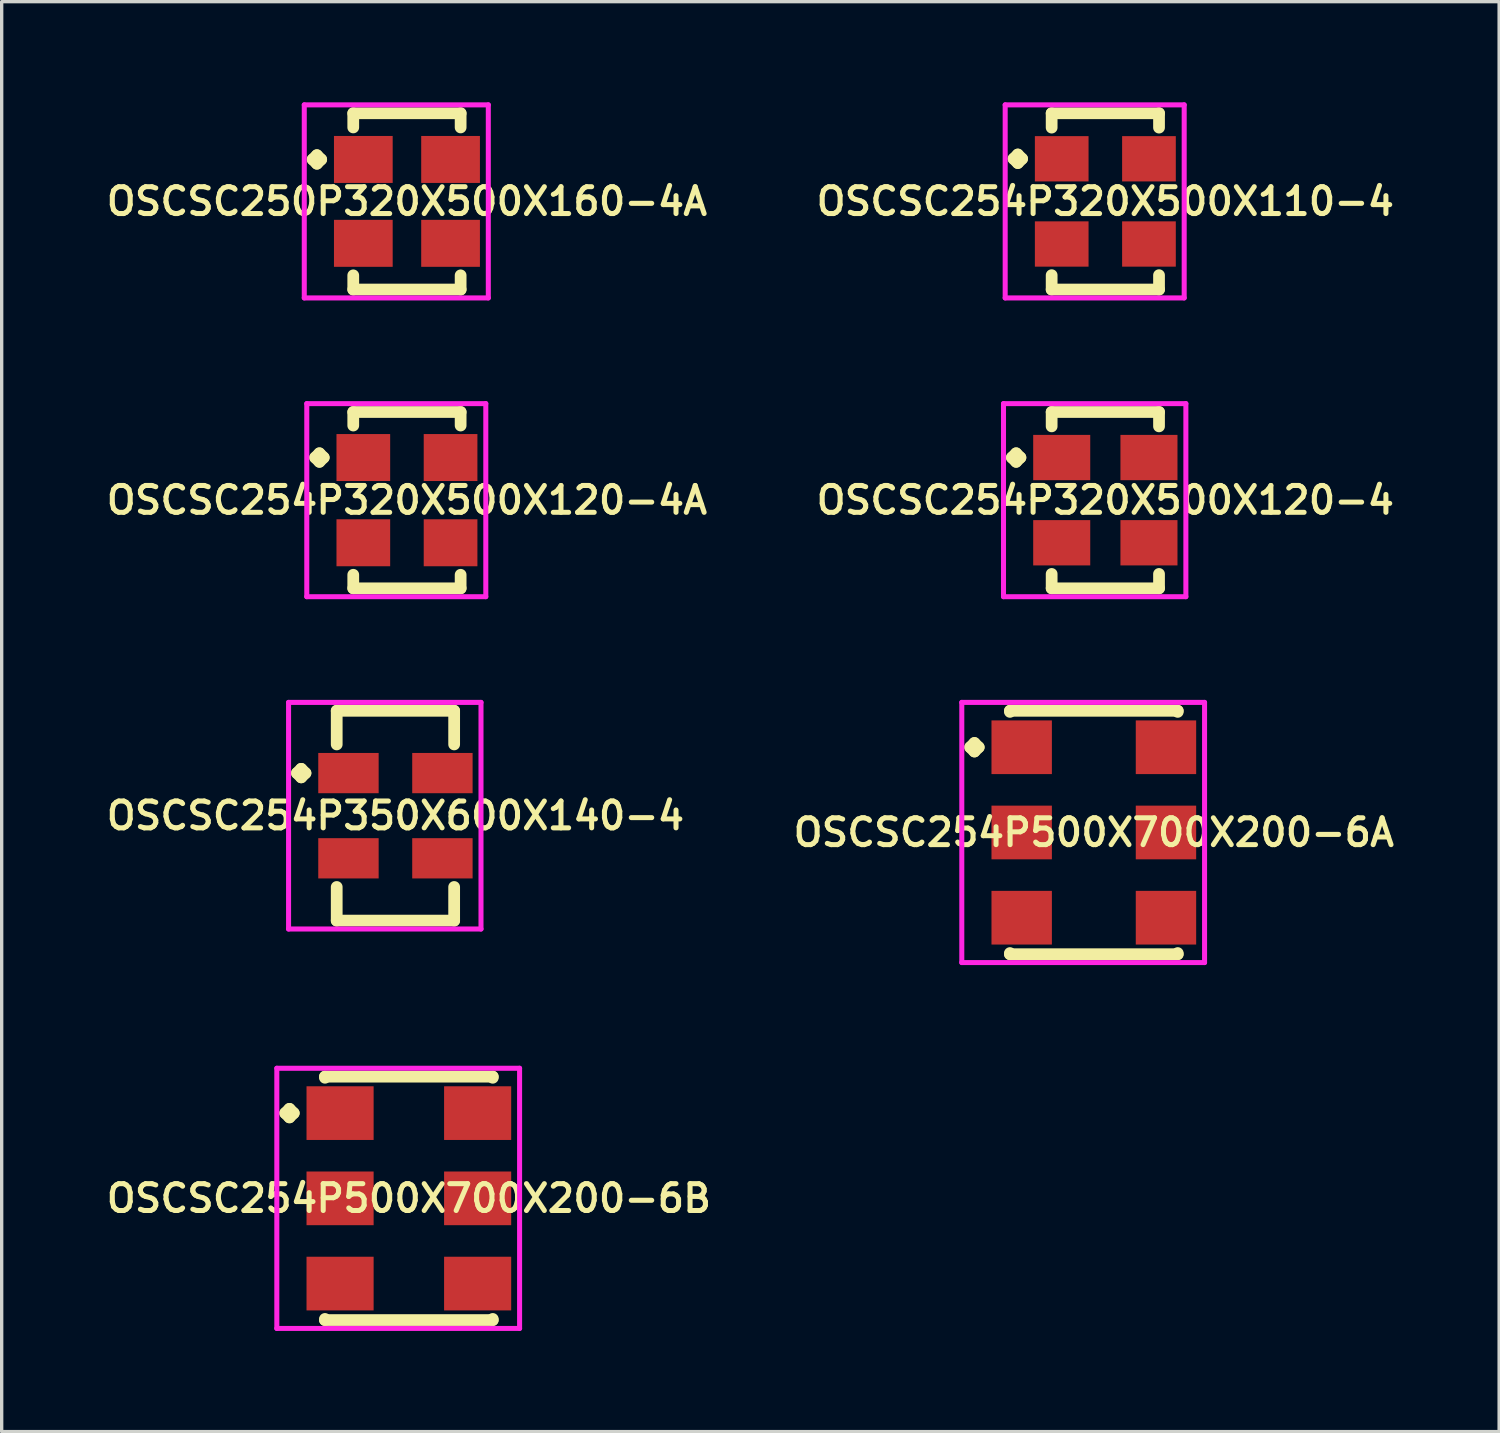
<source format=kicad_pcb>
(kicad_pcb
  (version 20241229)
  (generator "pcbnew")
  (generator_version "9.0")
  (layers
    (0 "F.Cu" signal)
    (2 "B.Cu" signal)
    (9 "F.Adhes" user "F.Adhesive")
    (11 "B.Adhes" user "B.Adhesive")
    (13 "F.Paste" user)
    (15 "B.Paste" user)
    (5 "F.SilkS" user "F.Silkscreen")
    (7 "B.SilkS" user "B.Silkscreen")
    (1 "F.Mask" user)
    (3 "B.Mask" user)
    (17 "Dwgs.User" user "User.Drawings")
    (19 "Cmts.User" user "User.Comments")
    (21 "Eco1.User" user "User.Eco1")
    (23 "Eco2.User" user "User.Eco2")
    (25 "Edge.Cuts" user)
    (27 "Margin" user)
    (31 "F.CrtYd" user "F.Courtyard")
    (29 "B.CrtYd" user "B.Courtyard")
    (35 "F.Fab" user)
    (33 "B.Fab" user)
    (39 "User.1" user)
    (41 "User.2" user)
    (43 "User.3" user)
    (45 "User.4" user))
  (footprint "OSCSC254P500X700X200-6B"
    (layer "F.Cu")
    (at 9.135 32.664)
    (property "Reference" "OSCSC254P500X700X200-6B" (at 0 0 0) (layer "F.SilkS") (effects (font (size 0.8 0.8) (thickness 0.15))))
    (attr smd)
    (fp_line (start -3.685 -2.54) (end -3.558 -2.667) (stroke (width 0.35) (type solid)) (layer "F.SilkS"))
    (fp_line (start -3.558 -2.667) (end -3.431 -2.54) (stroke (width 0.35) (type solid)) (layer "F.SilkS"))
    (fp_line (start -3.558 -2.413) (end -3.685 -2.54) (stroke (width 0.35) (type solid)) (layer "F.SilkS"))
    (fp_line (start -3.431 -2.54) (end -3.558 -2.413) (stroke (width 0.35) (type solid)) (layer "F.SilkS"))
    (fp_line (start -2.5 -3.627) (end 2.5 -3.627) (stroke (width 0.35) (type solid)) (layer "F.SilkS"))
    (fp_line (start -2.5 -3.594) (end -2.5 -3.627) (stroke (width 0.35) (type solid)) (layer "F.SilkS"))
    (fp_line (start -2.5 3.594) (end -2.5 3.627) (stroke (width 0.35) (type solid)) (layer "F.SilkS"))
    (fp_line (start -2.5 3.627) (end 2.5 3.627) (stroke (width 0.35) (type solid)) (layer "F.SilkS"))
    (fp_line (start 2.5 -3.627) (end 2.5 -3.594) (stroke (width 0.35) (type solid)) (layer "F.SilkS"))
    (fp_line (start 2.5 3.627) (end 2.5 3.594) (stroke (width 0.35) (type solid)) (layer "F.SilkS"))
    (fp_line (start -3.935 -3.877) (end 3.3 -3.877) (stroke (width 0.15) (type solid)) (layer "F.CrtYd"))
    (fp_line (start -3.935 3.877) (end -3.935 -3.877) (stroke (width 0.15) (type solid)) (layer "F.CrtYd"))
    (fp_line (start 3.3 -3.877) (end 3.3 3.877) (stroke (width 0.15) (type solid)) (layer "F.CrtYd"))
    (fp_line (start 3.3 3.877) (end -3.935 3.877) (stroke (width 0.15) (type solid)) (layer "F.CrtYd"))
    (pad "1" smd rect (at -2.05 -2.54) (size 2 1.6) (layers "F.Cu" "F.Mask" "F.Paste"))
    (pad "2" smd rect (at -2.05 0) (size 2 1.6) (layers "F.Cu" "F.Mask" "F.Paste"))
    (pad "3" smd rect (at -2.05 2.54) (size 2 1.6) (layers "F.Cu" "F.Mask" "F.Paste"))
    (pad "4" smd rect (at 2.05 2.54) (size 2 1.6) (layers "F.Cu" "F.Mask" "F.Paste"))
    (pad "5" smd rect (at 2.05 0) (size 2 1.6) (layers "F.Cu" "F.Mask" "F.Paste"))
    (pad "6" smd rect (at 2.05 -2.54) (size 2 1.6) (layers "F.Cu" "F.Mask" "F.Paste")))
  (footprint "OSCSC254P320X500X110-4"
    (layer "F.Cu")
    (at 29.892 2.952)
    (property "Reference" "OSCSC254P320X500X110-4" (at 0 0 0) (layer "F.SilkS") (effects (font (size 0.8 0.8) (thickness 0.15))))
    (attr smd)
    (fp_line (start -2.735 -1.27) (end -2.608 -1.397) (stroke (width 0.35) (type solid)) (layer "F.SilkS"))
    (fp_line (start -2.608 -1.397) (end -2.481 -1.27) (stroke (width 0.35) (type solid)) (layer "F.SilkS"))
    (fp_line (start -2.608 -1.143) (end -2.735 -1.27) (stroke (width 0.35) (type solid)) (layer "F.SilkS"))
    (fp_line (start -2.481 -1.27) (end -2.608 -1.143) (stroke (width 0.35) (type solid)) (layer "F.SilkS"))
    (fp_line (start -1.6 -2.627) (end 1.6 -2.627) (stroke (width 0.35) (type solid)) (layer "F.SilkS"))
    (fp_line (start -1.6 -2.199) (end -1.6 -2.627) (stroke (width 0.35) (type solid)) (layer "F.SilkS"))
    (fp_line (start -1.6 2.199) (end -1.6 2.627) (stroke (width 0.35) (type solid)) (layer "F.SilkS"))
    (fp_line (start -1.6 2.627) (end 1.6 2.627) (stroke (width 0.35) (type solid)) (layer "F.SilkS"))
    (fp_line (start 1.6 -2.627) (end 1.6 -2.199) (stroke (width 0.35) (type solid)) (layer "F.SilkS"))
    (fp_line (start 1.6 2.627) (end 1.6 2.199) (stroke (width 0.35) (type solid)) (layer "F.SilkS"))
    (fp_line (start -2.985 -2.877) (end 2.35 -2.877) (stroke (width 0.15) (type solid)) (layer "F.CrtYd"))
    (fp_line (start -2.985 2.877) (end -2.985 -2.877) (stroke (width 0.15) (type solid)) (layer "F.CrtYd"))
    (fp_line (start 2.35 -2.877) (end 2.35 2.877) (stroke (width 0.15) (type solid)) (layer "F.CrtYd"))
    (fp_line (start 2.35 2.877) (end -2.985 2.877) (stroke (width 0.15) (type solid)) (layer "F.CrtYd"))
    (pad "1" smd rect (at -1.3 -1.27) (size 1.6 1.35) (layers "F.Cu" "F.Mask" "F.Paste"))
    (pad "2" smd rect (at -1.3 1.27) (size 1.6 1.35) (layers "F.Cu" "F.Mask" "F.Paste"))
    (pad "3" smd rect (at 1.3 1.27) (size 1.6 1.35) (layers "F.Cu" "F.Mask" "F.Paste"))
    (pad "4" smd rect (at 1.3 -1.27) (size 1.6 1.35) (layers "F.Cu" "F.Mask" "F.Paste")))
  (footprint "OSCSC254P320X500X120-4A"
    (layer "F.Cu")
    (at 9.078 11.856)
    (property "Reference" "OSCSC254P320X500X120-4A" (at 0 0 0) (layer "F.SilkS") (effects (font (size 0.8 0.8) (thickness 0.15))))
    (attr smd)
    (fp_line (start -2.735 -1.27) (end -2.608 -1.397) (stroke (width 0.35) (type solid)) (layer "F.SilkS"))
    (fp_line (start -2.608 -1.397) (end -2.481 -1.27) (stroke (width 0.35) (type solid)) (layer "F.SilkS"))
    (fp_line (start -2.608 -1.143) (end -2.735 -1.27) (stroke (width 0.35) (type solid)) (layer "F.SilkS"))
    (fp_line (start -2.481 -1.27) (end -2.608 -1.143) (stroke (width 0.35) (type solid)) (layer "F.SilkS"))
    (fp_line (start -1.6 -2.627) (end 1.6 -2.627) (stroke (width 0.35) (type solid)) (layer "F.SilkS"))
    (fp_line (start -1.6 -2.224) (end -1.6 -2.627) (stroke (width 0.35) (type solid)) (layer "F.SilkS"))
    (fp_line (start -1.6 2.224) (end -1.6 2.627) (stroke (width 0.35) (type solid)) (layer "F.SilkS"))
    (fp_line (start -1.6 2.627) (end 1.6 2.627) (stroke (width 0.35) (type solid)) (layer "F.SilkS"))
    (fp_line (start 1.6 -2.627) (end 1.6 -2.224) (stroke (width 0.35) (type solid)) (layer "F.SilkS"))
    (fp_line (start 1.6 2.627) (end 1.6 2.224) (stroke (width 0.35) (type solid)) (layer "F.SilkS"))
    (fp_line (start -2.985 -2.877) (end 2.35 -2.877) (stroke (width 0.15) (type solid)) (layer "F.CrtYd"))
    (fp_line (start -2.985 2.877) (end -2.985 -2.877) (stroke (width 0.15) (type solid)) (layer "F.CrtYd"))
    (fp_line (start 2.35 -2.877) (end 2.35 2.877) (stroke (width 0.15) (type solid)) (layer "F.CrtYd"))
    (fp_line (start 2.35 2.877) (end -2.985 2.877) (stroke (width 0.15) (type solid)) (layer "F.CrtYd"))
    (pad "1" smd rect (at -1.3 -1.27) (size 1.6 1.4) (layers "F.Cu" "F.Mask" "F.Paste"))
    (pad "2" smd rect (at -1.3 1.27) (size 1.6 1.4) (layers "F.Cu" "F.Mask" "F.Paste"))
    (pad "3" smd rect (at 1.3 1.27) (size 1.6 1.4) (layers "F.Cu" "F.Mask" "F.Paste"))
    (pad "4" smd rect (at 1.3 -1.27) (size 1.6 1.4) (layers "F.Cu" "F.Mask" "F.Paste")))
  (footprint "OSCSC254P320X500X120-4"
    (layer "F.Cu")
    (at 29.892 11.856)
    (property "Reference" "OSCSC254P320X500X120-4" (at 0 0 0) (layer "F.SilkS") (effects (font (size 0.8 0.8) (thickness 0.15))))
    (attr smd)
    (fp_line (start -2.785 -1.27) (end -2.658 -1.397) (stroke (width 0.35) (type solid)) (layer "F.SilkS"))
    (fp_line (start -2.658 -1.397) (end -2.531 -1.27) (stroke (width 0.35) (type solid)) (layer "F.SilkS"))
    (fp_line (start -2.658 -1.143) (end -2.785 -1.27) (stroke (width 0.35) (type solid)) (layer "F.SilkS"))
    (fp_line (start -2.531 -1.27) (end -2.658 -1.143) (stroke (width 0.35) (type solid)) (layer "F.SilkS"))
    (fp_line (start -1.6 -2.627) (end 1.6 -2.627) (stroke (width 0.35) (type solid)) (layer "F.SilkS"))
    (fp_line (start -1.6 -2.199) (end -1.6 -2.627) (stroke (width 0.35) (type solid)) (layer "F.SilkS"))
    (fp_line (start -1.6 2.199) (end -1.6 2.627) (stroke (width 0.35) (type solid)) (layer "F.SilkS"))
    (fp_line (start -1.6 2.627) (end 1.6 2.627) (stroke (width 0.35) (type solid)) (layer "F.SilkS"))
    (fp_line (start 1.6 -2.627) (end 1.6 -2.199) (stroke (width 0.35) (type solid)) (layer "F.SilkS"))
    (fp_line (start 1.6 2.627) (end 1.6 2.199) (stroke (width 0.35) (type solid)) (layer "F.SilkS"))
    (fp_line (start -3.035 -2.877) (end 2.4 -2.877) (stroke (width 0.15) (type solid)) (layer "F.CrtYd"))
    (fp_line (start -3.035 2.877) (end -3.035 -2.877) (stroke (width 0.15) (type solid)) (layer "F.CrtYd"))
    (fp_line (start 2.4 -2.877) (end 2.4 2.877) (stroke (width 0.15) (type solid)) (layer "F.CrtYd"))
    (fp_line (start 2.4 2.877) (end -3.035 2.877) (stroke (width 0.15) (type solid)) (layer "F.CrtYd"))
    (pad "1" smd rect (at -1.3 -1.27) (size 1.7 1.35) (layers "F.Cu" "F.Mask" "F.Paste"))
    (pad "2" smd rect (at -1.3 1.27) (size 1.7 1.35) (layers "F.Cu" "F.Mask" "F.Paste"))
    (pad "3" smd rect (at 1.3 1.27) (size 1.7 1.35) (layers "F.Cu" "F.Mask" "F.Paste"))
    (pad "4" smd rect (at 1.3 -1.27) (size 1.7 1.35) (layers "F.Cu" "F.Mask" "F.Paste")))
  (footprint "OSCSC250P320X500X160-4A"
    (layer "F.Cu")
    (at 9.078 2.952)
    (property "Reference" "OSCSC250P320X500X160-4A" (at 0 0 0) (layer "F.SilkS") (effects (font (size 0.8 0.8) (thickness 0.15))))
    (attr smd)
    (fp_line (start -2.81 -1.25) (end -2.683 -1.377) (stroke (width 0.35) (type solid)) (layer "F.SilkS"))
    (fp_line (start -2.683 -1.377) (end -2.556 -1.25) (stroke (width 0.35) (type solid)) (layer "F.SilkS"))
    (fp_line (start -2.683 -1.123) (end -2.81 -1.25) (stroke (width 0.35) (type solid)) (layer "F.SilkS"))
    (fp_line (start -2.556 -1.25) (end -2.683 -1.123) (stroke (width 0.35) (type solid)) (layer "F.SilkS"))
    (fp_line (start -1.6 -2.627) (end 1.6 -2.627) (stroke (width 0.35) (type solid)) (layer "F.SilkS"))
    (fp_line (start -1.6 -2.204) (end -1.6 -2.627) (stroke (width 0.35) (type solid)) (layer "F.SilkS"))
    (fp_line (start -1.6 2.204) (end -1.6 2.627) (stroke (width 0.35) (type solid)) (layer "F.SilkS"))
    (fp_line (start -1.6 2.627) (end 1.6 2.627) (stroke (width 0.35) (type solid)) (layer "F.SilkS"))
    (fp_line (start 1.6 -2.627) (end 1.6 -2.204) (stroke (width 0.35) (type solid)) (layer "F.SilkS"))
    (fp_line (start 1.6 2.627) (end 1.6 2.204) (stroke (width 0.35) (type solid)) (layer "F.SilkS"))
    (fp_line (start -3.06 -2.877) (end 2.425 -2.877) (stroke (width 0.15) (type solid)) (layer "F.CrtYd"))
    (fp_line (start -3.06 2.877) (end -3.06 -2.877) (stroke (width 0.15) (type solid)) (layer "F.CrtYd"))
    (fp_line (start 2.425 -2.877) (end 2.425 2.877) (stroke (width 0.15) (type solid)) (layer "F.CrtYd"))
    (fp_line (start 2.425 2.877) (end -3.06 2.877) (stroke (width 0.15) (type solid)) (layer "F.CrtYd"))
    (pad "1" smd rect (at -1.3 -1.25) (size 1.75 1.4) (layers "F.Cu" "F.Mask" "F.Paste"))
    (pad "2" smd rect (at -1.3 1.25) (size 1.75 1.4) (layers "F.Cu" "F.Mask" "F.Paste"))
    (pad "3" smd rect (at 1.3 1.25) (size 1.75 1.4) (layers "F.Cu" "F.Mask" "F.Paste"))
    (pad "4" smd rect (at 1.3 -1.25) (size 1.75 1.4) (layers "F.Cu" "F.Mask" "F.Paste")))
  (footprint "OSCSC254P350X600X140-4"
    (layer "F.Cu")
    (at 8.735 21.26)
    (property "Reference" "OSCSC254P350X600X140-4" (at 0 0 0) (layer "F.SilkS") (effects (font (size 0.8 0.8) (thickness 0.15))))
    (attr smd)
    (fp_line (start -2.935 -1.27) (end -2.808 -1.397) (stroke (width 0.35) (type solid)) (layer "F.SilkS"))
    (fp_line (start -2.808 -1.397) (end -2.681 -1.27) (stroke (width 0.35) (type solid)) (layer "F.SilkS"))
    (fp_line (start -2.808 -1.143) (end -2.935 -1.27) (stroke (width 0.35) (type solid)) (layer "F.SilkS"))
    (fp_line (start -2.681 -1.27) (end -2.808 -1.143) (stroke (width 0.35) (type solid)) (layer "F.SilkS"))
    (fp_line (start -1.75 -3.127) (end 1.75 -3.127) (stroke (width 0.35) (type solid)) (layer "F.SilkS"))
    (fp_line (start -1.75 -2.124) (end -1.75 -3.127) (stroke (width 0.35) (type solid)) (layer "F.SilkS"))
    (fp_line (start -1.75 2.124) (end -1.75 3.127) (stroke (width 0.35) (type solid)) (layer "F.SilkS"))
    (fp_line (start -1.75 3.127) (end 1.75 3.127) (stroke (width 0.35) (type solid)) (layer "F.SilkS"))
    (fp_line (start 1.75 -3.127) (end 1.75 -2.124) (stroke (width 0.35) (type solid)) (layer "F.SilkS"))
    (fp_line (start 1.75 3.127) (end 1.75 2.124) (stroke (width 0.35) (type solid)) (layer "F.SilkS"))
    (fp_line (start -3.185 -3.377) (end 2.55 -3.377) (stroke (width 0.15) (type solid)) (layer "F.CrtYd"))
    (fp_line (start -3.185 3.377) (end -3.185 -3.377) (stroke (width 0.15) (type solid)) (layer "F.CrtYd"))
    (fp_line (start 2.55 -3.377) (end 2.55 3.377) (stroke (width 0.15) (type solid)) (layer "F.CrtYd"))
    (fp_line (start 2.55 3.377) (end -3.185 3.377) (stroke (width 0.15) (type solid)) (layer "F.CrtYd"))
    (pad "1" smd rect (at -1.4 -1.27) (size 1.8 1.2) (layers "F.Cu" "F.Mask" "F.Paste"))
    (pad "2" smd rect (at -1.4 1.27) (size 1.8 1.2) (layers "F.Cu" "F.Mask" "F.Paste"))
    (pad "3" smd rect (at 1.4 1.27) (size 1.8 1.2) (layers "F.Cu" "F.Mask" "F.Paste"))
    (pad "4" smd rect (at 1.4 -1.27) (size 1.8 1.2) (layers "F.Cu" "F.Mask" "F.Paste")))
  (footprint "OSCSC254P500X700X200-6A"
    (layer "F.Cu")
    (at 29.549 21.76)
    (property "Reference" "OSCSC254P500X700X200-6A" (at 0 0 0) (layer "F.SilkS") (effects (font (size 0.8 0.8) (thickness 0.15))))
    (attr smd)
    (fp_line (start -3.685 -2.54) (end -3.558 -2.667) (stroke (width 0.35) (type solid)) (layer "F.SilkS"))
    (fp_line (start -3.558 -2.667) (end -3.431 -2.54) (stroke (width 0.35) (type solid)) (layer "F.SilkS"))
    (fp_line (start -3.558 -2.413) (end -3.685 -2.54) (stroke (width 0.35) (type solid)) (layer "F.SilkS"))
    (fp_line (start -3.431 -2.54) (end -3.558 -2.413) (stroke (width 0.35) (type solid)) (layer "F.SilkS"))
    (fp_line (start -2.5 -3.627) (end 2.5 -3.627) (stroke (width 0.35) (type solid)) (layer "F.SilkS"))
    (fp_line (start -2.5 -3.594) (end -2.5 -3.627) (stroke (width 0.35) (type solid)) (layer "F.SilkS"))
    (fp_line (start -2.5 3.594) (end -2.5 3.627) (stroke (width 0.35) (type solid)) (layer "F.SilkS"))
    (fp_line (start -2.5 3.627) (end 2.5 3.627) (stroke (width 0.35) (type solid)) (layer "F.SilkS"))
    (fp_line (start 2.5 -3.627) (end 2.5 -3.594) (stroke (width 0.35) (type solid)) (layer "F.SilkS"))
    (fp_line (start 2.5 3.627) (end 2.5 3.594) (stroke (width 0.35) (type solid)) (layer "F.SilkS"))
    (fp_line (start -3.935 -3.877) (end 3.3 -3.877) (stroke (width 0.15) (type solid)) (layer "F.CrtYd"))
    (fp_line (start -3.935 3.877) (end -3.935 -3.877) (stroke (width 0.15) (type solid)) (layer "F.CrtYd"))
    (fp_line (start 3.3 -3.877) (end 3.3 3.877) (stroke (width 0.15) (type solid)) (layer "F.CrtYd"))
    (fp_line (start 3.3 3.877) (end -3.935 3.877) (stroke (width 0.15) (type solid)) (layer "F.CrtYd"))
    (pad "1" smd rect (at -2.15 -2.54) (size 1.8 1.6) (layers "F.Cu" "F.Mask" "F.Paste"))
    (pad "2" smd rect (at -2.15 0) (size 1.8 1.6) (layers "F.Cu" "F.Mask" "F.Paste"))
    (pad "3" smd rect (at -2.15 2.54) (size 1.8 1.6) (layers "F.Cu" "F.Mask" "F.Paste"))
    (pad "4" smd rect (at 2.15 2.54) (size 1.8 1.6) (layers "F.Cu" "F.Mask" "F.Paste"))
    (pad "5" smd rect (at 2.15 0) (size 1.8 1.6) (layers "F.Cu" "F.Mask" "F.Paste"))
    (pad "6" smd rect (at 2.15 -2.54) (size 1.8 1.6) (layers "F.Cu" "F.Mask" "F.Paste")))
  (gr_rect
    (start -3 -3)
    (end 41.628 39.616)
    (stroke (width 0.1) (type default))
    (fill no)
    (layer "Edge.Cuts")))
</source>
